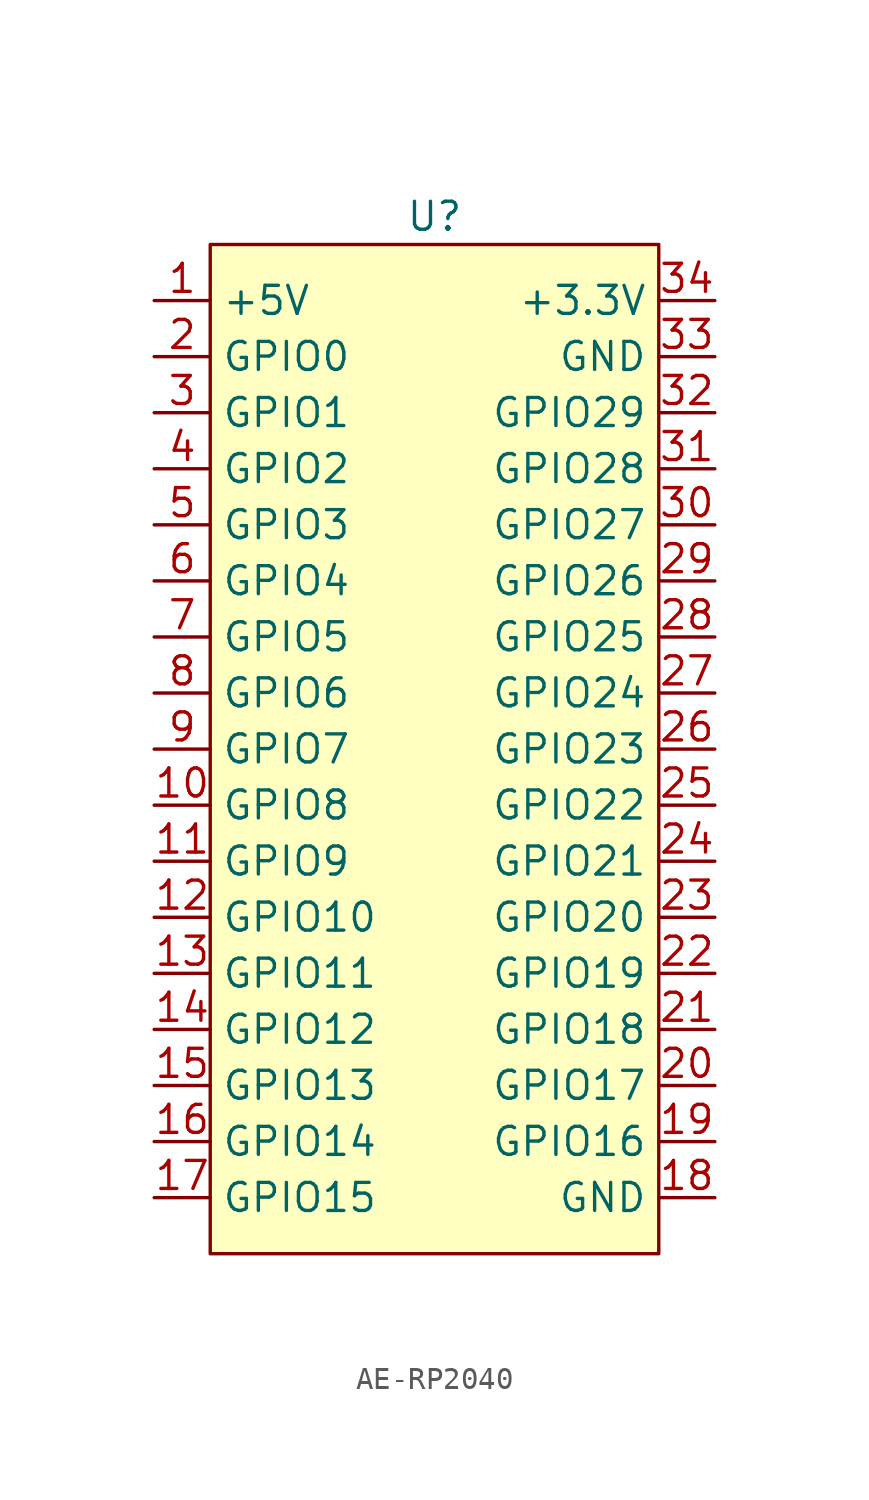
<source format=kicad_sym>
(kicad_symbol_lib
  (version 20220914)
  (generator kicad_symbol_editor)
  (symbol "AE-RP2040"
    (property "Reference" "U"
      (at 0 24.13 0)
      (effects (font (size 1.27 1.27))))
    (property "Value" ""
      (at -3.81 20.32 0)
      (effects (font (size 1.27 1.27))))
    (symbol "AE-RP2040_1_1"
      (rectangle (start -10.16 22.86) (end 10.16 -22.86) (stroke (width 0) (type default)) (fill (type background)))
      (pin power_in line (at -12.7 20.32 0) (length 2.54) (name "+5V" (effects (font (size 1.27 1.27)))) (number "1" (effects (font (size 1.27 1.27)))))
      (pin bidirectional line (at -12.7 -2.54 0) (length 2.54) (name "GPIO8" (effects (font (size 1.27 1.27)))) (number "10" (effects (font (size 1.27 1.27)))))
      (pin bidirectional line (at -12.7 -5.08 0) (length 2.54) (name "GPIO9" (effects (font (size 1.27 1.27)))) (number "11" (effects (font (size 1.27 1.27)))))
      (pin bidirectional line (at -12.7 -7.62 0) (length 2.54) (name "GPIO10" (effects (font (size 1.27 1.27)))) (number "12" (effects (font (size 1.27 1.27)))))
      (pin bidirectional line (at -12.7 -10.16 0) (length 2.54) (name "GPIO11" (effects (font (size 1.27 1.27)))) (number "13" (effects (font (size 1.27 1.27)))))
      (pin bidirectional line (at -12.7 -12.7 0) (length 2.54) (name "GPIO12" (effects (font (size 1.27 1.27)))) (number "14" (effects (font (size 1.27 1.27)))))
      (pin bidirectional line (at -12.7 -15.24 0) (length 2.54) (name "GPIO13" (effects (font (size 1.27 1.27)))) (number "15" (effects (font (size 1.27 1.27)))))
      (pin bidirectional line (at -12.7 -17.78 0) (length 2.54) (name "GPIO14" (effects (font (size 1.27 1.27)))) (number "16" (effects (font (size 1.27 1.27)))))
      (pin bidirectional line (at -12.7 -20.32 0) (length 2.54) (name "GPIO15" (effects (font (size 1.27 1.27)))) (number "17" (effects (font (size 1.27 1.27)))))
      (pin power_in line (at 12.7 -20.32 180) (length 2.54) (name "GND" (effects (font (size 1.27 1.27)))) (number "18" (effects (font (size 1.27 1.27)))))
      (pin bidirectional line (at 12.7 -17.78 180) (length 2.54) (name "GPIO16" (effects (font (size 1.27 1.27)))) (number "19" (effects (font (size 1.27 1.27)))))
      (pin bidirectional line (at -12.7 17.78 0) (length 2.54) (name "GPIO0" (effects (font (size 1.27 1.27)))) (number "2" (effects (font (size 1.27 1.27)))))
      (pin bidirectional line (at 12.7 -15.24 180) (length 2.54) (name "GPIO17" (effects (font (size 1.27 1.27)))) (number "20" (effects (font (size 1.27 1.27)))))
      (pin bidirectional line (at 12.7 -12.7 180) (length 2.54) (name "GPIO18" (effects (font (size 1.27 1.27)))) (number "21" (effects (font (size 1.27 1.27)))))
      (pin bidirectional line (at 12.7 -10.16 180) (length 2.54) (name "GPIO19" (effects (font (size 1.27 1.27)))) (number "22" (effects (font (size 1.27 1.27)))))
      (pin bidirectional line (at 12.7 -7.62 180) (length 2.54) (name "GPIO20" (effects (font (size 1.27 1.27)))) (number "23" (effects (font (size 1.27 1.27)))))
      (pin bidirectional line (at 12.7 -5.08 180) (length 2.54) (name "GPIO21" (effects (font (size 1.27 1.27)))) (number "24" (effects (font (size 1.27 1.27)))))
      (pin bidirectional line (at 12.7 -2.54 180) (length 2.54) (name "GPIO22" (effects (font (size 1.27 1.27)))) (number "25" (effects (font (size 1.27 1.27)))))
      (pin bidirectional line (at 12.7 0 180) (length 2.54) (name "GPIO23" (effects (font (size 1.27 1.27)))) (number "26" (effects (font (size 1.27 1.27)))))
      (pin bidirectional line (at 12.7 2.54 180) (length 2.54) (name "GPIO24" (effects (font (size 1.27 1.27)))) (number "27" (effects (font (size 1.27 1.27)))))
      (pin bidirectional line (at 12.7 5.08 180) (length 2.54) (name "GPIO25" (effects (font (size 1.27 1.27)))) (number "28" (effects (font (size 1.27 1.27)))))
      (pin bidirectional line (at 12.7 7.62 180) (length 2.54) (name "GPIO26" (effects (font (size 1.27 1.27)))) (number "29" (effects (font (size 1.27 1.27)))))
      (pin bidirectional line (at -12.7 15.24 0) (length 2.54) (name "GPIO1" (effects (font (size 1.27 1.27)))) (number "3" (effects (font (size 1.27 1.27)))))
      (pin bidirectional line (at 12.7 10.16 180) (length 2.54) (name "GPIO27" (effects (font (size 1.27 1.27)))) (number "30" (effects (font (size 1.27 1.27)))))
      (pin bidirectional line (at 12.7 12.7 180) (length 2.54) (name "GPIO28" (effects (font (size 1.27 1.27)))) (number "31" (effects (font (size 1.27 1.27)))))
      (pin bidirectional line (at 12.7 15.24 180) (length 2.54) (name "GPIO29" (effects (font (size 1.27 1.27)))) (number "32" (effects (font (size 1.27 1.27)))))
      (pin power_in line (at 12.7 17.78 180) (length 2.54) (name "GND" (effects (font (size 1.27 1.27)))) (number "33" (effects (font (size 1.27 1.27)))))
      (pin power_out line (at 12.7 20.32 180) (length 2.54) (name "+3.3V" (effects (font (size 1.27 1.27)))) (number "34" (effects (font (size 1.27 1.27)))))
      (pin bidirectional line (at -12.7 12.7 0) (length 2.54) (name "GPIO2" (effects (font (size 1.27 1.27)))) (number "4" (effects (font (size 1.27 1.27)))))
      (pin bidirectional line (at -12.7 10.16 0) (length 2.54) (name "GPIO3" (effects (font (size 1.27 1.27)))) (number "5" (effects (font (size 1.27 1.27)))))
      (pin bidirectional line (at -12.7 7.62 0) (length 2.54) (name "GPIO4" (effects (font (size 1.27 1.27)))) (number "6" (effects (font (size 1.27 1.27)))))
      (pin bidirectional line (at -12.7 5.08 0) (length 2.54) (name "GPIO5" (effects (font (size 1.27 1.27)))) (number "7" (effects (font (size 1.27 1.27)))))
      (pin bidirectional line (at -12.7 2.54 0) (length 2.54) (name "GPIO6" (effects (font (size 1.27 1.27)))) (number "8" (effects (font (size 1.27 1.27)))))
      (pin bidirectional line (at -12.7 0 0) (length 2.54) (name "GPIO7" (effects (font (size 1.27 1.27)))) (number "9" (effects (font (size 1.27 1.27))))))))
</source>
